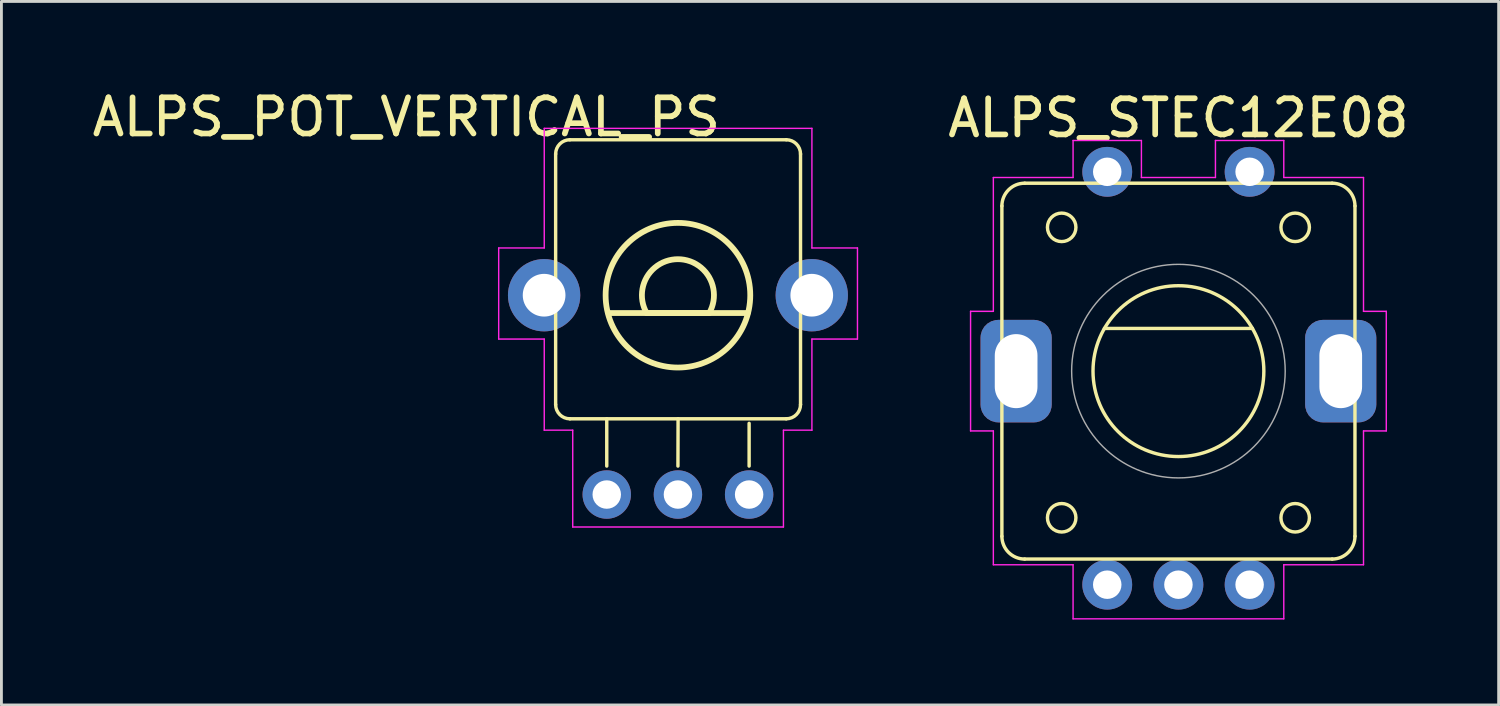
<source format=kicad_pcb>
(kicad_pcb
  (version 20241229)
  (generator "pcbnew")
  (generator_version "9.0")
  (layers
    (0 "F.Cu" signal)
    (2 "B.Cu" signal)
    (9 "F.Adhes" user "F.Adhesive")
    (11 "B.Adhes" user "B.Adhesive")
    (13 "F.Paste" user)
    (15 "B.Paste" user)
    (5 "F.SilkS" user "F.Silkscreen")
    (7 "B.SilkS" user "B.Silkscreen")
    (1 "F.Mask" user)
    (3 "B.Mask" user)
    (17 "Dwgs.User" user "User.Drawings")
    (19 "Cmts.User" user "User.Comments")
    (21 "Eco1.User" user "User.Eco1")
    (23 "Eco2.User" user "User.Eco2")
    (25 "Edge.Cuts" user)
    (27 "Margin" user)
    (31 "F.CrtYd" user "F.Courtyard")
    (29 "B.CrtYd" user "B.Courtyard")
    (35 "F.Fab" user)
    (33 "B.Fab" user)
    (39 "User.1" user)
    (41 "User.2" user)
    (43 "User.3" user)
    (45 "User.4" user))
  (footprint "ALPS_POT_VERTICAL_PS"
    (layer "F.Cu")
    (at 20.759 7.318)
    (property "Reference" "ALPS_POT_VERTICAL_PS" (at 1.6 -7 0) (layer "F.SilkS") (effects (font (size 1.27 1.27) (thickness 0.2)) (justify right top)))
    (attr through_hole)
    (fp_line (start -4.295 3.84) (end -4.295 -4.96) (stroke (width 0.12) (type solid)) (layer "F.SilkS"))
    (fp_line (start -3.795 -5.46) (end 3.805 -5.46) (stroke (width 0.12) (type solid)) (layer "F.SilkS"))
    (fp_line (start -2.5 4.34) (end -2.5 6) (stroke (width 0.12) (type solid)) (layer "F.SilkS"))
    (fp_line (start 0.005 4.34) (end 0 6) (stroke (width 0.12) (type solid)) (layer "F.SilkS"))
    (fp_line (start 1.1 0.625) (end -1.1 0.625) (stroke (width 0.203) (type solid)) (layer "F.SilkS"))
    (fp_line (start 2.45 0.625) (end -2.425 0.625) (stroke (width 0.203) (type solid)) (layer "F.SilkS"))
    (fp_line (start 2.5 4.5) (end 2.5 6) (stroke (width 0.12) (type solid)) (layer "F.SilkS"))
    (fp_line (start 3.805 4.34) (end -3.795 4.34) (stroke (width 0.12) (type solid)) (layer "F.SilkS"))
    (fp_line (start 4.305 -4.96) (end 4.305 3.84) (stroke (width 0.12) (type solid)) (layer "F.SilkS"))
    (fp_arc (start -4.295 -4.96) (mid -4.148553 -5.313553) (end -3.795 -5.46) (stroke (width 0.12) (type solid)) (layer "F.SilkS"))
    (fp_arc (start -3.795 4.34) (mid -4.148553 4.193553) (end -4.295 3.84) (stroke (width 0.12) (type solid)) (layer "F.SilkS"))
    (fp_arc (start -1.1 0.625) (mid 0 -1.265158) (end 1.1 0.625) (stroke (width 0.2032) (type solid)) (layer "F.SilkS"))
    (fp_arc (start 3.805 -5.46) (mid 4.158553 -5.313553) (end 4.305 -4.96) (stroke (width 0.12) (type solid)) (layer "F.SilkS"))
    (fp_arc (start 4.305 3.84) (mid 4.158553 4.193553) (end 3.805 4.34) (stroke (width 0.12) (type solid)) (layer "F.SilkS"))
    (fp_circle (center 0 0) (end -2.54 0) (stroke (width 0.203) (type solid)) (fill no) (layer "F.SilkS"))
    (fp_line (start -6.295 -1.66) (end -4.695 -1.66) (stroke (width 0.05) (type solid)) (layer "F.CrtYd"))
    (fp_line (start -6.295 1.54) (end -6.295 -1.66) (stroke (width 0.05) (type solid)) (layer "F.CrtYd"))
    (fp_line (start -4.695 -5.86) (end 4.705 -5.86) (stroke (width 0.05) (type solid)) (layer "F.CrtYd"))
    (fp_line (start -4.695 -1.66) (end -4.695 -5.86) (stroke (width 0.05) (type solid)) (layer "F.CrtYd"))
    (fp_line (start -4.695 1.54) (end -6.295 1.54) (stroke (width 0.05) (type solid)) (layer "F.CrtYd"))
    (fp_line (start -4.695 4.74) (end -4.695 1.54) (stroke (width 0.05) (type solid)) (layer "F.CrtYd"))
    (fp_line (start -4.695 4.74) (end -3.695 4.74) (stroke (width 0.05) (type solid)) (layer "F.CrtYd"))
    (fp_line (start -3.695 4.74) (end -3.695 8.14) (stroke (width 0.05) (type solid)) (layer "F.CrtYd"))
    (fp_line (start -3.695 8.14) (end 3.705 8.14) (stroke (width 0.05) (type solid)) (layer "F.CrtYd"))
    (fp_line (start 3.705 4.74) (end 4.705 4.74) (stroke (width 0.05) (type solid)) (layer "F.CrtYd"))
    (fp_line (start 3.705 8.14) (end 3.705 4.74) (stroke (width 0.05) (type solid)) (layer "F.CrtYd"))
    (fp_line (start 4.705 -5.86) (end 4.705 -1.66) (stroke (width 0.05) (type solid)) (layer "F.CrtYd"))
    (fp_line (start 4.705 -1.66) (end 6.305 -1.66) (stroke (width 0.05) (type solid)) (layer "F.CrtYd"))
    (fp_line (start 4.705 1.54) (end 4.705 4.74) (stroke (width 0.05) (type solid)) (layer "F.CrtYd"))
    (fp_line (start 6.305 -1.66) (end 6.305 1.54) (stroke (width 0.05) (type solid)) (layer "F.CrtYd"))
    (fp_line (start 6.305 1.54) (end 4.705 1.54) (stroke (width 0.05) (type solid)) (layer "F.CrtYd"))
    (pad "1" thru_hole circle (at -2.5 7 90) (size 1.7 1.7) (drill 1) (layers "*.Cu" "*.Mask"))
    (pad "2" thru_hole circle (at 0 7 90) (size 1.7 1.7) (drill 1) (layers "*.Cu" "*.Mask"))
    (pad "3" thru_hole circle (at 2.5 7 90) (size 1.7 1.7) (drill 1) (layers "*.Cu" "*.Mask"))
    (pad "4" thru_hole circle (at -4.7 0 90) (size 2.54 2.54) (drill 1.5) (layers "*.Cu" "*.Mask"))
    (pad "4" thru_hole circle (at 4.7 0 90) (size 2.54 2.54) (drill 1.5) (layers "*.Cu" "*.Mask")))
  (footprint "ALPS_STEC12E08"
    (layer "F.Cu")
    (at 38.336 9.984)
    (property "Reference" "ALPS_STEC12E08" (at 0 -8.89 0) (layer "F.SilkS") (effects (font (size 1.27 1.27) (thickness 0.2))))
    (attr through_hole)
    (fp_line (start -6.2 5.8) (end -6.2 -5.8) (stroke (width 0.12) (type solid)) (layer "F.SilkS"))
    (fp_line (start -5.4 -6.6) (end 5.4 -6.6) (stroke (width 0.12) (type solid)) (layer "F.SilkS"))
    (fp_line (start -5.4 6.6) (end 5.4 6.6) (stroke (width 0.12) (type solid)) (layer "F.SilkS"))
    (fp_line (start -2.6 -1.5) (end 2.6 -1.5) (stroke (width 0.12) (type solid)) (layer "F.SilkS"))
    (fp_line (start 6.2 -5.8) (end 6.2 5.8) (stroke (width 0.12) (type solid)) (layer "F.SilkS"))
    (fp_arc (start -6.2 -5.8) (mid -5.965685 -6.365685) (end -5.4 -6.6) (stroke (width 0.12) (type solid)) (layer "F.SilkS"))
    (fp_arc (start -5.4 6.6) (mid -5.965685 6.365685) (end -6.2 5.8) (stroke (width 0.12) (type solid)) (layer "F.SilkS"))
    (fp_arc (start 5.4 -6.6) (mid 5.965685 -6.365685) (end 6.2 -5.8) (stroke (width 0.12) (type solid)) (layer "F.SilkS"))
    (fp_arc (start 6.2 5.8) (mid 5.965685 6.365685) (end 5.4 6.6) (stroke (width 0.12) (type solid)) (layer "F.SilkS"))
    (fp_circle (center -4.1 -5.05) (end -3.6 -5.05) (stroke (width 0.12) (type solid)) (fill no) (layer "F.SilkS"))
    (fp_circle (center -4.1 5.15) (end -3.6 5.15) (stroke (width 0.12) (type solid)) (fill no) (layer "F.SilkS"))
    (fp_circle (center 0 0) (end 3 0) (stroke (width 0.12) (type solid)) (fill no) (layer "F.SilkS"))
    (fp_circle (center 4.1 -5.05) (end 4.6 -5.05) (stroke (width 0.12) (type solid)) (fill no) (layer "F.SilkS"))
    (fp_circle (center 4.1 5.15) (end 4.6 5.15) (stroke (width 0.12) (type solid)) (fill no) (layer "F.SilkS"))
    (fp_line (start -7.3 -2.1) (end -6.5 -2.1) (stroke (width 0.05) (type solid)) (layer "F.CrtYd"))
    (fp_line (start -7.3 2.1) (end -7.3 -2.1) (stroke (width 0.05) (type solid)) (layer "F.CrtYd"))
    (fp_line (start -6.5 -6.8) (end -3.7 -6.8) (stroke (width 0.05) (type solid)) (layer "F.CrtYd"))
    (fp_line (start -6.5 -2.1) (end -6.5 -6.8) (stroke (width 0.05) (type solid)) (layer "F.CrtYd"))
    (fp_line (start -6.5 2.1) (end -7.3 2.1) (stroke (width 0.05) (type solid)) (layer "F.CrtYd"))
    (fp_line (start -6.5 6.8) (end -6.5 2.1) (stroke (width 0.05) (type solid)) (layer "F.CrtYd"))
    (fp_line (start -3.7 -8.1) (end -1.3 -8.1) (stroke (width 0.05) (type solid)) (layer "F.CrtYd"))
    (fp_line (start -3.7 -6.8) (end -3.7 -8.1) (stroke (width 0.05) (type solid)) (layer "F.CrtYd"))
    (fp_line (start -3.7 6.8) (end -6.5 6.8) (stroke (width 0.05) (type solid)) (layer "F.CrtYd"))
    (fp_line (start -3.7 8.7) (end -3.7 6.8) (stroke (width 0.05) (type solid)) (layer "F.CrtYd"))
    (fp_line (start -1.3 -8.1) (end -1.3 -6.8) (stroke (width 0.05) (type solid)) (layer "F.CrtYd"))
    (fp_line (start -1.3 -6.8) (end 1.3 -6.8) (stroke (width 0.05) (type solid)) (layer "F.CrtYd"))
    (fp_line (start 1.3 -8.1) (end 3.7 -8.1) (stroke (width 0.05) (type solid)) (layer "F.CrtYd"))
    (fp_line (start 1.3 -6.8) (end 1.3 -8.1) (stroke (width 0.05) (type solid)) (layer "F.CrtYd"))
    (fp_line (start 3.7 -8.1) (end 3.7 -6.8) (stroke (width 0.05) (type solid)) (layer "F.CrtYd"))
    (fp_line (start 3.7 -6.8) (end 6.5 -6.8) (stroke (width 0.05) (type solid)) (layer "F.CrtYd"))
    (fp_line (start 3.7 6.8) (end 3.7 8.7) (stroke (width 0.05) (type solid)) (layer "F.CrtYd"))
    (fp_line (start 3.7 8.7) (end -3.7 8.7) (stroke (width 0.05) (type solid)) (layer "F.CrtYd"))
    (fp_line (start 6.5 -6.8) (end 6.5 -2.1) (stroke (width 0.05) (type solid)) (layer "F.CrtYd"))
    (fp_line (start 6.5 -2.1) (end 7.3 -2.1) (stroke (width 0.05) (type solid)) (layer "F.CrtYd"))
    (fp_line (start 6.5 2.1) (end 6.5 6.8) (stroke (width 0.05) (type solid)) (layer "F.CrtYd"))
    (fp_line (start 6.5 6.8) (end 3.7 6.8) (stroke (width 0.05) (type solid)) (layer "F.CrtYd"))
    (fp_line (start 7.3 -2.1) (end 7.3 2.1) (stroke (width 0.05) (type solid)) (layer "F.CrtYd"))
    (fp_line (start 7.3 2.1) (end 6.5 2.1) (stroke (width 0.05) (type solid)) (layer "F.CrtYd"))
    (fp_circle (center 0 0) (end 3.75 0) (stroke (width 0.05) (type solid)) (fill no) (layer "F.Fab"))
    (pad "1" thru_hole roundrect (at -5.7 0) (size 2.5 3.6) (drill oval 1.5 2.6) (layers "*.Cu" "*.Mask") (roundrect_rratio 0.25))
    (pad "1" thru_hole roundrect (at 5.7 0) (size 2.5 3.6) (drill oval 1.5 2.6) (layers "*.Cu" "*.Mask") (roundrect_rratio 0.25))
    (pad "A" thru_hole circle (at -2.5 7.5) (size 1.75 1.75) (drill 1) (layers "*.Cu" "*.Mask"))
    (pad "B" thru_hole circle (at 2.5 7.5) (size 1.75 1.75) (drill 1) (layers "*.Cu" "*.Mask"))
    (pad "C" thru_hole circle (at 0 7.5) (size 1.75 1.75) (drill 1) (layers "*.Cu" "*.Mask"))
    (pad "S1" thru_hole circle (at -2.5 -7) (size 1.75 1.75) (drill 1) (layers "*.Cu" "*.Mask"))
    (pad "S2" thru_hole circle (at 2.5 -7) (size 1.75 1.75) (drill 1) (layers "*.Cu" "*.Mask")))
  (gr_rect
    (start -3 -3)
    (end 49.582 21.709)
    (stroke (width 0.1) (type default))
    (fill no)
    (layer "Edge.Cuts")))
</source>
